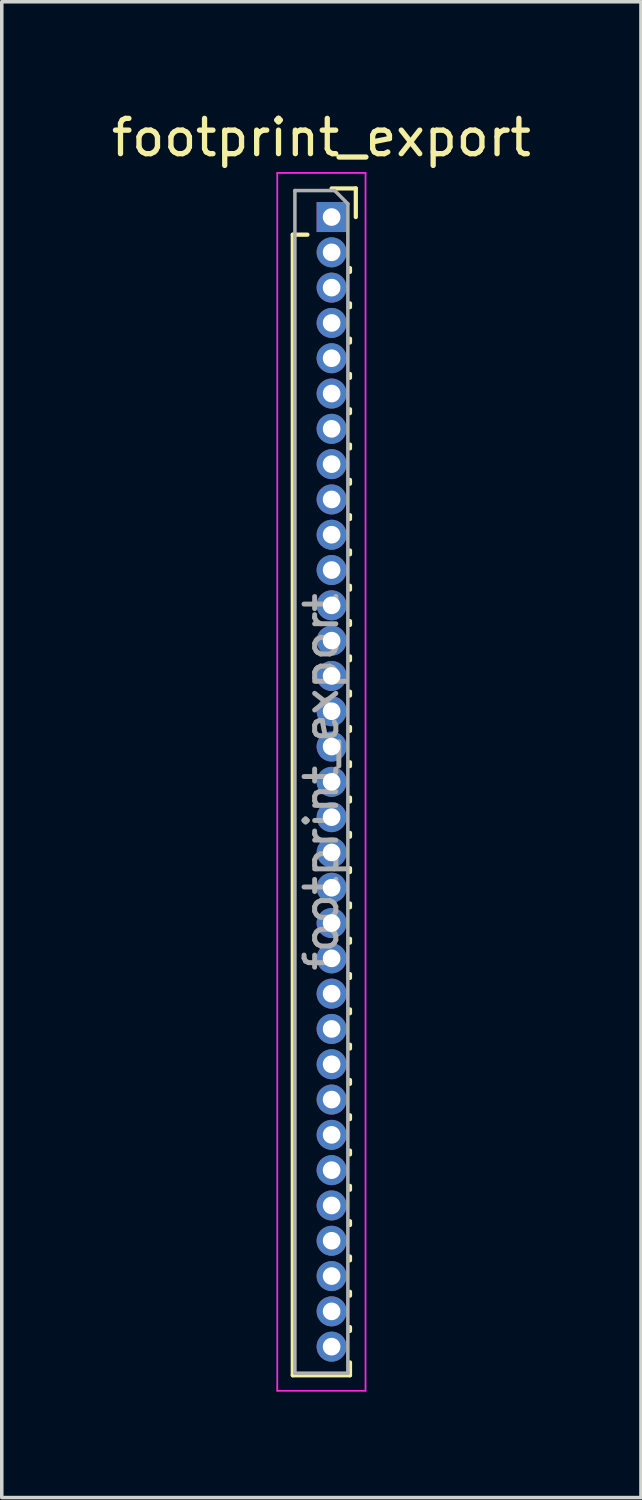
<source format=kicad_pcb>
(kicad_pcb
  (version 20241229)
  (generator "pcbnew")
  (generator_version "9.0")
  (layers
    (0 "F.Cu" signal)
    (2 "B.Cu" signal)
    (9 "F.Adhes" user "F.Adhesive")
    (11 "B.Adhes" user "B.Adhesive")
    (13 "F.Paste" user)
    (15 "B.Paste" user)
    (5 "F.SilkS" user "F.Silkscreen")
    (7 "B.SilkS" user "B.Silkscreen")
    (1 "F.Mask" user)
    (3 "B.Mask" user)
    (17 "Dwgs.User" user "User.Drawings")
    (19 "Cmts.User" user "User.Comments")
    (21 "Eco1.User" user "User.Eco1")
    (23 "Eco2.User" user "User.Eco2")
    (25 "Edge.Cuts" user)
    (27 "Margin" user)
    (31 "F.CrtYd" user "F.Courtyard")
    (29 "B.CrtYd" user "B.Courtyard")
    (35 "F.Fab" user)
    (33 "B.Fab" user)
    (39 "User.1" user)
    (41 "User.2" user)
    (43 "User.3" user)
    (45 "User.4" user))
  (footprint "footprint_export"
    (layer "F.Cu")
    (at 6.344 3.098)
    (property "Reference" "footprint_export" (at -0.29 -2.25 0) (layer "F.SilkS") (effects (font (size 1 1) (thickness 0.15))))
    (attr through_hole)
    (fp_line (start -1.1 0.5) (end -1.1 32.81) (stroke (width 0.12) (type solid)) (layer "F.SilkS"))
    (fp_line (start -1.1 0.5) (end -0.685 0.5) (stroke (width 0.12) (type solid)) (layer "F.SilkS"))
    (fp_line (start -1.1 32.81) (end 0.52 32.81) (stroke (width 0.12) (type solid)) (layer "F.SilkS"))
    (fp_line (start 0 -0.81) (end 0.685 -0.81) (stroke (width 0.12) (type solid)) (layer "F.SilkS"))
    (fp_line (start 0.52 1.446) (end 0.52 1.554) (stroke (width 0.12) (type solid)) (layer "F.SilkS"))
    (fp_line (start 0.52 2.446) (end 0.52 2.554) (stroke (width 0.12) (type solid)) (layer "F.SilkS"))
    (fp_line (start 0.52 3.446) (end 0.52 3.554) (stroke (width 0.12) (type solid)) (layer "F.SilkS"))
    (fp_line (start 0.52 4.446) (end 0.52 4.554) (stroke (width 0.12) (type solid)) (layer "F.SilkS"))
    (fp_line (start 0.52 5.446) (end 0.52 5.554) (stroke (width 0.12) (type solid)) (layer "F.SilkS"))
    (fp_line (start 0.52 6.446) (end 0.52 6.554) (stroke (width 0.12) (type solid)) (layer "F.SilkS"))
    (fp_line (start 0.52 7.446) (end 0.52 7.554) (stroke (width 0.12) (type solid)) (layer "F.SilkS"))
    (fp_line (start 0.52 8.446) (end 0.52 8.554) (stroke (width 0.12) (type solid)) (layer "F.SilkS"))
    (fp_line (start 0.52 9.446) (end 0.52 9.554) (stroke (width 0.12) (type solid)) (layer "F.SilkS"))
    (fp_line (start 0.52 10.446) (end 0.52 10.554) (stroke (width 0.12) (type solid)) (layer "F.SilkS"))
    (fp_line (start 0.52 11.446) (end 0.52 11.554) (stroke (width 0.12) (type solid)) (layer "F.SilkS"))
    (fp_line (start 0.52 12.446) (end 0.52 12.554) (stroke (width 0.12) (type solid)) (layer "F.SilkS"))
    (fp_line (start 0.52 13.446) (end 0.52 13.554) (stroke (width 0.12) (type solid)) (layer "F.SilkS"))
    (fp_line (start 0.52 14.446) (end 0.52 14.554) (stroke (width 0.12) (type solid)) (layer "F.SilkS"))
    (fp_line (start 0.52 15.446) (end 0.52 15.554) (stroke (width 0.12) (type solid)) (layer "F.SilkS"))
    (fp_line (start 0.52 16.446) (end 0.52 16.554) (stroke (width 0.12) (type solid)) (layer "F.SilkS"))
    (fp_line (start 0.52 17.446) (end 0.52 17.554) (stroke (width 0.12) (type solid)) (layer "F.SilkS"))
    (fp_line (start 0.52 18.446) (end 0.52 18.554) (stroke (width 0.12) (type solid)) (layer "F.SilkS"))
    (fp_line (start 0.52 19.446) (end 0.52 19.554) (stroke (width 0.12) (type solid)) (layer "F.SilkS"))
    (fp_line (start 0.52 20.446) (end 0.52 20.554) (stroke (width 0.12) (type solid)) (layer "F.SilkS"))
    (fp_line (start 0.52 21.446) (end 0.52 21.554) (stroke (width 0.12) (type solid)) (layer "F.SilkS"))
    (fp_line (start 0.52 22.446) (end 0.52 22.554) (stroke (width 0.12) (type solid)) (layer "F.SilkS"))
    (fp_line (start 0.52 23.446) (end 0.52 23.554) (stroke (width 0.12) (type solid)) (layer "F.SilkS"))
    (fp_line (start 0.52 24.446) (end 0.52 24.554) (stroke (width 0.12) (type solid)) (layer "F.SilkS"))
    (fp_line (start 0.52 25.446) (end 0.52 25.554) (stroke (width 0.12) (type solid)) (layer "F.SilkS"))
    (fp_line (start 0.52 26.446) (end 0.52 26.554) (stroke (width 0.12) (type solid)) (layer "F.SilkS"))
    (fp_line (start 0.52 27.446) (end 0.52 27.554) (stroke (width 0.12) (type solid)) (layer "F.SilkS"))
    (fp_line (start 0.52 28.446) (end 0.52 28.554) (stroke (width 0.12) (type solid)) (layer "F.SilkS"))
    (fp_line (start 0.52 29.446) (end 0.52 29.554) (stroke (width 0.12) (type solid)) (layer "F.SilkS"))
    (fp_line (start 0.52 30.446) (end 0.52 30.554) (stroke (width 0.12) (type solid)) (layer "F.SilkS"))
    (fp_line (start 0.52 31.446) (end 0.52 31.554) (stroke (width 0.12) (type solid)) (layer "F.SilkS"))
    (fp_line (start 0.52 32.446) (end 0.52 32.81) (stroke (width 0.12) (type solid)) (layer "F.SilkS"))
    (fp_line (start 0.685 -0.81) (end 0.685 0) (stroke (width 0.12) (type solid)) (layer "F.SilkS"))
    (fp_line (start -1.54 -1.25) (end 0.96 -1.25) (stroke (width 0.05) (type solid)) (layer "F.CrtYd"))
    (fp_line (start -1.54 33.25) (end -1.54 -1.25) (stroke (width 0.05) (type solid)) (layer "F.CrtYd"))
    (fp_line (start 0.96 -1.25) (end 0.96 33.25) (stroke (width 0.05) (type solid)) (layer "F.CrtYd"))
    (fp_line (start 0.96 33.25) (end -1.54 33.25) (stroke (width 0.05) (type solid)) (layer "F.CrtYd"))
    (fp_line (start -1.04 -0.75) (end 0.085 -0.75) (stroke (width 0.1) (type solid)) (layer "F.Fab"))
    (fp_line (start -1.04 32.75) (end -1.04 -0.75) (stroke (width 0.1) (type solid)) (layer "F.Fab"))
    (fp_line (start 0.085 -0.75) (end 0.46 -0.375) (stroke (width 0.1) (type solid)) (layer "F.Fab"))
    (fp_line (start 0.46 -0.375) (end 0.46 32.75) (stroke (width 0.1) (type solid)) (layer "F.Fab"))
    (fp_line (start 0.46 32.75) (end -1.04 32.75) (stroke (width 0.1) (type solid)) (layer "F.Fab"))
    (fp_text user "${REFERENCE}" (at -0.29 16 90) (layer "F.Fab") (effects (font (size 0.9 0.9) (thickness 0.14))))
    (pad "1" thru_hole rect (at 0 0) (size 0.85 0.85) (drill 0.5) (layers "*.Cu" "*.Mask"))
    (pad "2" thru_hole oval (at 0 1) (size 0.85 0.85) (drill 0.5) (layers "*.Cu" "*.Mask"))
    (pad "3" thru_hole oval (at 0 2) (size 0.85 0.85) (drill 0.5) (layers "*.Cu" "*.Mask"))
    (pad "4" thru_hole oval (at 0 3) (size 0.85 0.85) (drill 0.5) (layers "*.Cu" "*.Mask"))
    (pad "5" thru_hole oval (at 0 4) (size 0.85 0.85) (drill 0.5) (layers "*.Cu" "*.Mask"))
    (pad "6" thru_hole oval (at 0 5) (size 0.85 0.85) (drill 0.5) (layers "*.Cu" "*.Mask"))
    (pad "7" thru_hole oval (at 0 6) (size 0.85 0.85) (drill 0.5) (layers "*.Cu" "*.Mask"))
    (pad "8" thru_hole oval (at 0 7) (size 0.85 0.85) (drill 0.5) (layers "*.Cu" "*.Mask"))
    (pad "9" thru_hole oval (at 0 8) (size 0.85 0.85) (drill 0.5) (layers "*.Cu" "*.Mask"))
    (pad "10" thru_hole oval (at 0 9) (size 0.85 0.85) (drill 0.5) (layers "*.Cu" "*.Mask"))
    (pad "11" thru_hole oval (at 0 10) (size 0.85 0.85) (drill 0.5) (layers "*.Cu" "*.Mask"))
    (pad "12" thru_hole oval (at 0 11) (size 0.85 0.85) (drill 0.5) (layers "*.Cu" "*.Mask"))
    (pad "13" thru_hole oval (at 0 12) (size 0.85 0.85) (drill 0.5) (layers "*.Cu" "*.Mask"))
    (pad "14" thru_hole oval (at 0 13) (size 0.85 0.85) (drill 0.5) (layers "*.Cu" "*.Mask"))
    (pad "15" thru_hole oval (at 0 14) (size 0.85 0.85) (drill 0.5) (layers "*.Cu" "*.Mask"))
    (pad "16" thru_hole oval (at 0 15) (size 0.85 0.85) (drill 0.5) (layers "*.Cu" "*.Mask"))
    (pad "17" thru_hole oval (at 0 16) (size 0.85 0.85) (drill 0.5) (layers "*.Cu" "*.Mask"))
    (pad "18" thru_hole oval (at 0 17) (size 0.85 0.85) (drill 0.5) (layers "*.Cu" "*.Mask"))
    (pad "19" thru_hole oval (at 0 18) (size 0.85 0.85) (drill 0.5) (layers "*.Cu" "*.Mask"))
    (pad "20" thru_hole oval (at 0 19) (size 0.85 0.85) (drill 0.5) (layers "*.Cu" "*.Mask"))
    (pad "21" thru_hole oval (at 0 20) (size 0.85 0.85) (drill 0.5) (layers "*.Cu" "*.Mask"))
    (pad "22" thru_hole oval (at 0 21) (size 0.85 0.85) (drill 0.5) (layers "*.Cu" "*.Mask"))
    (pad "23" thru_hole oval (at 0 22) (size 0.85 0.85) (drill 0.5) (layers "*.Cu" "*.Mask"))
    (pad "24" thru_hole oval (at 0 23) (size 0.85 0.85) (drill 0.5) (layers "*.Cu" "*.Mask"))
    (pad "25" thru_hole oval (at 0 24) (size 0.85 0.85) (drill 0.5) (layers "*.Cu" "*.Mask"))
    (pad "26" thru_hole oval (at 0 25) (size 0.85 0.85) (drill 0.5) (layers "*.Cu" "*.Mask"))
    (pad "27" thru_hole oval (at 0 26) (size 0.85 0.85) (drill 0.5) (layers "*.Cu" "*.Mask"))
    (pad "28" thru_hole oval (at 0 27) (size 0.85 0.85) (drill 0.5) (layers "*.Cu" "*.Mask"))
    (pad "29" thru_hole oval (at 0 28) (size 0.85 0.85) (drill 0.5) (layers "*.Cu" "*.Mask"))
    (pad "30" thru_hole oval (at 0 29) (size 0.85 0.85) (drill 0.5) (layers "*.Cu" "*.Mask"))
    (pad "31" thru_hole oval (at 0 30) (size 0.85 0.85) (drill 0.5) (layers "*.Cu" "*.Mask"))
    (pad "32" thru_hole oval (at 0 31) (size 0.85 0.85) (drill 0.5) (layers "*.Cu" "*.Mask"))
    (pad "33" thru_hole oval (at 0 32) (size 0.85 0.85) (drill 0.5) (layers "*.Cu" "*.Mask")))
  (gr_rect
    (start -3 -3)
    (end 15.107 39.373)
    (stroke (width 0.1) (type default))
    (fill no)
    (layer "Edge.Cuts")))
</source>
